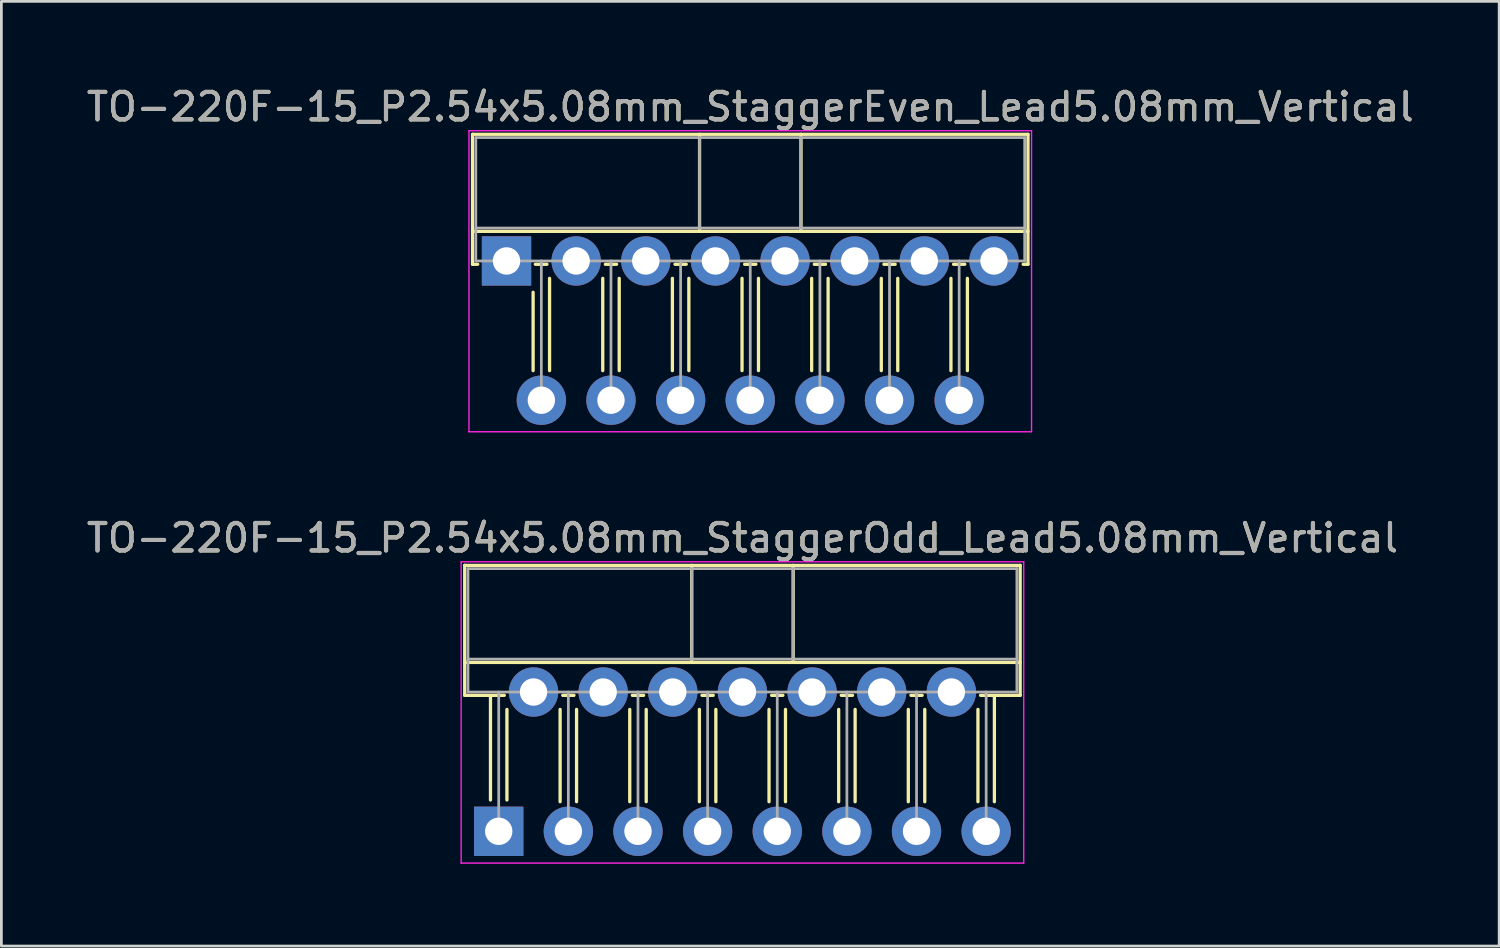
<source format=kicad_pcb>
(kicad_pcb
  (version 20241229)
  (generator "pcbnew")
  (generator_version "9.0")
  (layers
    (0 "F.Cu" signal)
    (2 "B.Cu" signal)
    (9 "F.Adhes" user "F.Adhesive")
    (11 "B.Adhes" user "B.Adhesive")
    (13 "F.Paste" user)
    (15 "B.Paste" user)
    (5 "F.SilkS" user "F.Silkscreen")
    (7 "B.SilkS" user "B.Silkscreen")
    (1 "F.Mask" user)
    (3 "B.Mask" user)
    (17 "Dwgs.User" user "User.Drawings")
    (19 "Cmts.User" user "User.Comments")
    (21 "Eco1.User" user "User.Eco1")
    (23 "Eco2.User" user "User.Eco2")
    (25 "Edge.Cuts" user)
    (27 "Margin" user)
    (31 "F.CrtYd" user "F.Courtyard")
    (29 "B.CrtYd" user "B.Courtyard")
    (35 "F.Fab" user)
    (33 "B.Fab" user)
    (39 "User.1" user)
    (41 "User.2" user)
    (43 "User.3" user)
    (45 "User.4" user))
  (footprint "TO-220F-15_P2.54x5.08mm_StaggerEven_Lead5.08mm_Vertical"
    (layer "F.Cu")
    (at 15.425 6.468)
    (property "Reference" "TO-220F-15_P2.54x5.08mm_StaggerEven_Lead5.08mm_Vertical" (at 8.89 -5.62 0) (layer "F.SilkS") (effects (font (size 1 1) (thickness 0.15))))
    (attr through_hole)
    (fp_line (start -1.24 -4.62) (end -1.24 0.121) (stroke (width 0.12) (type solid)) (layer "F.SilkS"))
    (fp_line (start -1.24 -4.62) (end 19.02 -4.62) (stroke (width 0.12) (type solid)) (layer "F.SilkS"))
    (fp_line (start -1.24 -1.08) (end 19.02 -1.08) (stroke (width 0.12) (type solid)) (layer "F.SilkS"))
    (fp_line (start -1.24 0.121) (end -1.05 0.121) (stroke (width 0.12) (type solid)) (layer "F.SilkS"))
    (fp_line (start 0.97 4) (end 0.97 1.143) (stroke (width 0.12) (type solid)) (layer "F.SilkS"))
    (fp_line (start 1.05 0.121) (end 1.475 0.121) (stroke (width 0.12) (type solid)) (layer "F.SilkS"))
    (fp_line (start 1.57 4) (end 1.57 0.635) (stroke (width 0.12) (type solid)) (layer "F.SilkS"))
    (fp_line (start 3.51 4) (end 3.51 0.635) (stroke (width 0.12) (type solid)) (layer "F.SilkS"))
    (fp_line (start 3.605 0.121) (end 4.016 0.121) (stroke (width 0.12) (type solid)) (layer "F.SilkS"))
    (fp_line (start 4.11 4) (end 4.11 0.635) (stroke (width 0.12) (type solid)) (layer "F.SilkS"))
    (fp_line (start 6.05 4) (end 6.05 0.635) (stroke (width 0.12) (type solid)) (layer "F.SilkS"))
    (fp_line (start 6.145 0.121) (end 6.555 0.121) (stroke (width 0.12) (type solid)) (layer "F.SilkS"))
    (fp_line (start 6.65 4) (end 6.65 0.635) (stroke (width 0.12) (type solid)) (layer "F.SilkS"))
    (fp_line (start 7.041 -4.62) (end 7.041 -1.08) (stroke (width 0.12) (type solid)) (layer "F.SilkS"))
    (fp_line (start 8.59 4) (end 8.59 0.635) (stroke (width 0.12) (type solid)) (layer "F.SilkS"))
    (fp_line (start 8.685 0.121) (end 9.095 0.121) (stroke (width 0.12) (type solid)) (layer "F.SilkS"))
    (fp_line (start 9.19 4) (end 9.19 0.635) (stroke (width 0.12) (type solid)) (layer "F.SilkS"))
    (fp_line (start 10.74 -4.62) (end 10.74 -1.08) (stroke (width 0.12) (type solid)) (layer "F.SilkS"))
    (fp_line (start 11.13 4) (end 11.13 0.635) (stroke (width 0.12) (type solid)) (layer "F.SilkS"))
    (fp_line (start 11.225 0.121) (end 11.635 0.121) (stroke (width 0.12) (type solid)) (layer "F.SilkS"))
    (fp_line (start 11.73 4) (end 11.73 0.635) (stroke (width 0.12) (type solid)) (layer "F.SilkS"))
    (fp_line (start 13.67 4) (end 13.67 0.635) (stroke (width 0.12) (type solid)) (layer "F.SilkS"))
    (fp_line (start 13.765 0.121) (end 14.175 0.121) (stroke (width 0.12) (type solid)) (layer "F.SilkS"))
    (fp_line (start 14.27 4) (end 14.27 0.635) (stroke (width 0.12) (type solid)) (layer "F.SilkS"))
    (fp_line (start 16.21 4) (end 16.21 0.635) (stroke (width 0.12) (type solid)) (layer "F.SilkS"))
    (fp_line (start 16.305 0.121) (end 16.715 0.121) (stroke (width 0.12) (type solid)) (layer "F.SilkS"))
    (fp_line (start 16.81 4) (end 16.81 0.635) (stroke (width 0.12) (type solid)) (layer "F.SilkS"))
    (fp_line (start 18.845 0.121) (end 19.02 0.121) (stroke (width 0.12) (type solid)) (layer "F.SilkS"))
    (fp_line (start 19.02 -4.62) (end 19.02 0.121) (stroke (width 0.12) (type solid)) (layer "F.SilkS"))
    (fp_line (start -1.37 -4.75) (end -1.37 6.23) (stroke (width 0.05) (type solid)) (layer "F.CrtYd"))
    (fp_line (start -1.37 6.23) (end 19.15 6.23) (stroke (width 0.05) (type solid)) (layer "F.CrtYd"))
    (fp_line (start 19.15 -4.75) (end -1.37 -4.75) (stroke (width 0.05) (type solid)) (layer "F.CrtYd"))
    (fp_line (start 19.15 6.23) (end 19.15 -4.75) (stroke (width 0.05) (type solid)) (layer "F.CrtYd"))
    (fp_line (start -1.12 -4.5) (end -1.12 0) (stroke (width 0.1) (type solid)) (layer "F.Fab"))
    (fp_line (start -1.12 -1.2) (end 18.9 -1.2) (stroke (width 0.1) (type solid)) (layer "F.Fab"))
    (fp_line (start -1.12 0) (end 18.9 0) (stroke (width 0.1) (type solid)) (layer "F.Fab"))
    (fp_line (start 1.27 0) (end 1.27 5.08) (stroke (width 0.1) (type solid)) (layer "F.Fab"))
    (fp_line (start 3.81 0) (end 3.81 5.08) (stroke (width 0.1) (type solid)) (layer "F.Fab"))
    (fp_line (start 6.35 0) (end 6.35 5.08) (stroke (width 0.1) (type solid)) (layer "F.Fab"))
    (fp_line (start 7.04 -4.5) (end 7.04 -1.2) (stroke (width 0.1) (type solid)) (layer "F.Fab"))
    (fp_line (start 8.89 0) (end 8.89 5.08) (stroke (width 0.1) (type solid)) (layer "F.Fab"))
    (fp_line (start 10.74 -4.5) (end 10.74 -1.2) (stroke (width 0.1) (type solid)) (layer "F.Fab"))
    (fp_line (start 11.43 0) (end 11.43 5.08) (stroke (width 0.1) (type solid)) (layer "F.Fab"))
    (fp_line (start 13.97 0) (end 13.97 5.08) (stroke (width 0.1) (type solid)) (layer "F.Fab"))
    (fp_line (start 16.51 0) (end 16.51 5.08) (stroke (width 0.1) (type solid)) (layer "F.Fab"))
    (fp_line (start 18.9 -4.5) (end -1.12 -4.5) (stroke (width 0.1) (type solid)) (layer "F.Fab"))
    (fp_line (start 18.9 0) (end 18.9 -4.5) (stroke (width 0.1) (type solid)) (layer "F.Fab"))
    (fp_text user "${REFERENCE}" (at 8.89 -5.62 0) (layer "F.Fab") (effects (font (size 1 1) (thickness 0.15))))
    (pad "1" thru_hole rect (at 0 0) (size 1.8 1.8) (drill 1) (layers "*.Cu" "*.Mask"))
    (pad "2" thru_hole oval (at 1.27 5.08) (size 1.8 1.8) (drill 1) (layers "*.Cu" "*.Mask"))
    (pad "3" thru_hole oval (at 2.54 0) (size 1.8 1.8) (drill 1) (layers "*.Cu" "*.Mask"))
    (pad "4" thru_hole oval (at 3.81 5.08) (size 1.8 1.8) (drill 1) (layers "*.Cu" "*.Mask"))
    (pad "5" thru_hole oval (at 5.08 0) (size 1.8 1.8) (drill 1) (layers "*.Cu" "*.Mask"))
    (pad "6" thru_hole oval (at 6.35 5.08) (size 1.8 1.8) (drill 1) (layers "*.Cu" "*.Mask"))
    (pad "7" thru_hole oval (at 7.62 0) (size 1.8 1.8) (drill 1) (layers "*.Cu" "*.Mask"))
    (pad "8" thru_hole oval (at 8.89 5.08) (size 1.8 1.8) (drill 1) (layers "*.Cu" "*.Mask"))
    (pad "9" thru_hole oval (at 10.16 0) (size 1.8 1.8) (drill 1) (layers "*.Cu" "*.Mask"))
    (pad "10" thru_hole oval (at 11.43 5.08) (size 1.8 1.8) (drill 1) (layers "*.Cu" "*.Mask"))
    (pad "11" thru_hole oval (at 12.7 0) (size 1.8 1.8) (drill 1) (layers "*.Cu" "*.Mask"))
    (pad "12" thru_hole oval (at 13.97 5.08) (size 1.8 1.8) (drill 1) (layers "*.Cu" "*.Mask"))
    (pad "13" thru_hole oval (at 15.24 0) (size 1.8 1.8) (drill 1) (layers "*.Cu" "*.Mask"))
    (pad "14" thru_hole oval (at 16.51 5.08) (size 1.8 1.8) (drill 1) (layers "*.Cu" "*.Mask"))
    (pad "15" thru_hole oval (at 17.78 0) (size 1.8 1.8) (drill 1) (layers "*.Cu" "*.Mask")))
  (footprint "TO-220F-15_P2.54x5.08mm_StaggerOdd_Lead5.08mm_Vertical"
    (layer "F.Cu")
    (at 15.14 27.271)
    (property "Reference" "TO-220F-15_P2.54x5.08mm_StaggerOdd_Lead5.08mm_Vertical" (at 8.89 -10.7 0) (layer "F.SilkS") (effects (font (size 1 1) (thickness 0.15))))
    (attr through_hole)
    (fp_line (start -1.24 -9.7) (end -1.24 -4.959) (stroke (width 0.12) (type solid)) (layer "F.SilkS"))
    (fp_line (start -1.24 -9.7) (end 19.02 -9.7) (stroke (width 0.12) (type solid)) (layer "F.SilkS"))
    (fp_line (start -1.24 -6.16) (end 19.02 -6.16) (stroke (width 0.12) (type solid)) (layer "F.SilkS"))
    (fp_line (start -1.24 -4.959) (end 0.205 -4.959) (stroke (width 0.12) (type solid)) (layer "F.SilkS"))
    (fp_line (start -0.3 -1.143) (end -0.3 -4.953) (stroke (width 0.12) (type solid)) (layer "F.SilkS"))
    (fp_line (start 0.3 -1.143) (end 0.3 -4.445) (stroke (width 0.12) (type solid)) (layer "F.SilkS"))
    (fp_line (start 2.24 -1.079) (end 2.24 -4.445) (stroke (width 0.12) (type solid)) (layer "F.SilkS"))
    (fp_line (start 2.336 -4.959) (end 2.745 -4.959) (stroke (width 0.12) (type solid)) (layer "F.SilkS"))
    (fp_line (start 2.84 -1.079) (end 2.84 -4.445) (stroke (width 0.12) (type solid)) (layer "F.SilkS"))
    (fp_line (start 4.78 -1.079) (end 4.78 -4.445) (stroke (width 0.12) (type solid)) (layer "F.SilkS"))
    (fp_line (start 4.875 -4.959) (end 5.285 -4.959) (stroke (width 0.12) (type solid)) (layer "F.SilkS"))
    (fp_line (start 5.38 -1.079) (end 5.38 -4.445) (stroke (width 0.12) (type solid)) (layer "F.SilkS"))
    (fp_line (start 7.041 -9.7) (end 7.041 -6.16) (stroke (width 0.12) (type solid)) (layer "F.SilkS"))
    (fp_line (start 7.32 -1.079) (end 7.32 -4.445) (stroke (width 0.12) (type solid)) (layer "F.SilkS"))
    (fp_line (start 7.415 -4.959) (end 7.825 -4.959) (stroke (width 0.12) (type solid)) (layer "F.SilkS"))
    (fp_line (start 7.92 -1.079) (end 7.92 -4.445) (stroke (width 0.12) (type solid)) (layer "F.SilkS"))
    (fp_line (start 9.86 -1.079) (end 9.86 -4.445) (stroke (width 0.12) (type solid)) (layer "F.SilkS"))
    (fp_line (start 9.955 -4.959) (end 10.365 -4.959) (stroke (width 0.12) (type solid)) (layer "F.SilkS"))
    (fp_line (start 10.46 -1.079) (end 10.46 -4.445) (stroke (width 0.12) (type solid)) (layer "F.SilkS"))
    (fp_line (start 10.74 -9.7) (end 10.74 -6.16) (stroke (width 0.12) (type solid)) (layer "F.SilkS"))
    (fp_line (start 12.4 -1.079) (end 12.4 -4.445) (stroke (width 0.12) (type solid)) (layer "F.SilkS"))
    (fp_line (start 12.495 -4.959) (end 12.905 -4.959) (stroke (width 0.12) (type solid)) (layer "F.SilkS"))
    (fp_line (start 13 -1.079) (end 13 -4.445) (stroke (width 0.12) (type solid)) (layer "F.SilkS"))
    (fp_line (start 14.94 -1.079) (end 14.94 -4.445) (stroke (width 0.12) (type solid)) (layer "F.SilkS"))
    (fp_line (start 15.035 -4.959) (end 15.445 -4.959) (stroke (width 0.12) (type solid)) (layer "F.SilkS"))
    (fp_line (start 15.54 -1.079) (end 15.54 -4.445) (stroke (width 0.12) (type solid)) (layer "F.SilkS"))
    (fp_line (start 17.48 -1.079) (end 17.48 -4.445) (stroke (width 0.12) (type solid)) (layer "F.SilkS"))
    (fp_line (start 17.575 -4.959) (end 19.02 -4.959) (stroke (width 0.12) (type solid)) (layer "F.SilkS"))
    (fp_line (start 18.08 -1.079) (end 18.08 -4.953) (stroke (width 0.12) (type solid)) (layer "F.SilkS"))
    (fp_line (start 19.02 -9.7) (end 19.02 -4.959) (stroke (width 0.12) (type solid)) (layer "F.SilkS"))
    (fp_line (start -1.37 -9.83) (end -1.37 1.16) (stroke (width 0.05) (type solid)) (layer "F.CrtYd"))
    (fp_line (start -1.37 1.16) (end 19.15 1.16) (stroke (width 0.05) (type solid)) (layer "F.CrtYd"))
    (fp_line (start 19.15 -9.83) (end -1.37 -9.83) (stroke (width 0.05) (type solid)) (layer "F.CrtYd"))
    (fp_line (start 19.15 1.16) (end 19.15 -9.83) (stroke (width 0.05) (type solid)) (layer "F.CrtYd"))
    (fp_line (start -1.12 -9.58) (end -1.12 -5.08) (stroke (width 0.1) (type solid)) (layer "F.Fab"))
    (fp_line (start -1.12 -6.28) (end 18.9 -6.28) (stroke (width 0.1) (type solid)) (layer "F.Fab"))
    (fp_line (start -1.12 -5.08) (end 18.9 -5.08) (stroke (width 0.1) (type solid)) (layer "F.Fab"))
    (fp_line (start 0 -5.08) (end 0 0) (stroke (width 0.1) (type solid)) (layer "F.Fab"))
    (fp_line (start 2.54 -5.08) (end 2.54 0) (stroke (width 0.1) (type solid)) (layer "F.Fab"))
    (fp_line (start 5.08 -5.08) (end 5.08 0) (stroke (width 0.1) (type solid)) (layer "F.Fab"))
    (fp_line (start 7.04 -9.58) (end 7.04 -6.28) (stroke (width 0.1) (type solid)) (layer "F.Fab"))
    (fp_line (start 7.62 -5.08) (end 7.62 0) (stroke (width 0.1) (type solid)) (layer "F.Fab"))
    (fp_line (start 10.16 -5.08) (end 10.16 0) (stroke (width 0.1) (type solid)) (layer "F.Fab"))
    (fp_line (start 10.74 -9.58) (end 10.74 -6.28) (stroke (width 0.1) (type solid)) (layer "F.Fab"))
    (fp_line (start 12.7 -5.08) (end 12.7 0) (stroke (width 0.1) (type solid)) (layer "F.Fab"))
    (fp_line (start 15.24 -5.08) (end 15.24 0) (stroke (width 0.1) (type solid)) (layer "F.Fab"))
    (fp_line (start 17.78 -5.08) (end 17.78 0) (stroke (width 0.1) (type solid)) (layer "F.Fab"))
    (fp_line (start 18.9 -9.58) (end -1.12 -9.58) (stroke (width 0.1) (type solid)) (layer "F.Fab"))
    (fp_line (start 18.9 -5.08) (end 18.9 -9.58) (stroke (width 0.1) (type solid)) (layer "F.Fab"))
    (fp_text user "${REFERENCE}" (at 8.89 -10.7 0) (layer "F.Fab") (effects (font (size 1 1) (thickness 0.15))))
    (pad "1" thru_hole rect (at 0 0) (size 1.8 1.8) (drill 1) (layers "*.Cu" "*.Mask"))
    (pad "2" thru_hole oval (at 1.27 -5.08) (size 1.8 1.8) (drill 1) (layers "*.Cu" "*.Mask"))
    (pad "3" thru_hole oval (at 2.54 0) (size 1.8 1.8) (drill 1) (layers "*.Cu" "*.Mask"))
    (pad "4" thru_hole oval (at 3.81 -5.08) (size 1.8 1.8) (drill 1) (layers "*.Cu" "*.Mask"))
    (pad "5" thru_hole oval (at 5.08 0) (size 1.8 1.8) (drill 1) (layers "*.Cu" "*.Mask"))
    (pad "6" thru_hole oval (at 6.35 -5.08) (size 1.8 1.8) (drill 1) (layers "*.Cu" "*.Mask"))
    (pad "7" thru_hole oval (at 7.62 0) (size 1.8 1.8) (drill 1) (layers "*.Cu" "*.Mask"))
    (pad "8" thru_hole oval (at 8.89 -5.08) (size 1.8 1.8) (drill 1) (layers "*.Cu" "*.Mask"))
    (pad "9" thru_hole oval (at 10.16 0) (size 1.8 1.8) (drill 1) (layers "*.Cu" "*.Mask"))
    (pad "10" thru_hole oval (at 11.43 -5.08) (size 1.8 1.8) (drill 1) (layers "*.Cu" "*.Mask"))
    (pad "11" thru_hole oval (at 12.7 0) (size 1.8 1.8) (drill 1) (layers "*.Cu" "*.Mask"))
    (pad "12" thru_hole oval (at 13.97 -5.08) (size 1.8 1.8) (drill 1) (layers "*.Cu" "*.Mask"))
    (pad "13" thru_hole oval (at 15.24 0) (size 1.8 1.8) (drill 1) (layers "*.Cu" "*.Mask"))
    (pad "14" thru_hole oval (at 16.51 -5.08) (size 1.8 1.8) (drill 1) (layers "*.Cu" "*.Mask"))
    (pad "15" thru_hole oval (at 17.78 0) (size 1.8 1.8) (drill 1) (layers "*.Cu" "*.Mask")))
  (gr_rect
    (start -3 -3)
    (end 51.631 31.456)
    (stroke (width 0.1) (type default))
    (fill no)
    (layer "Edge.Cuts")))
</source>
